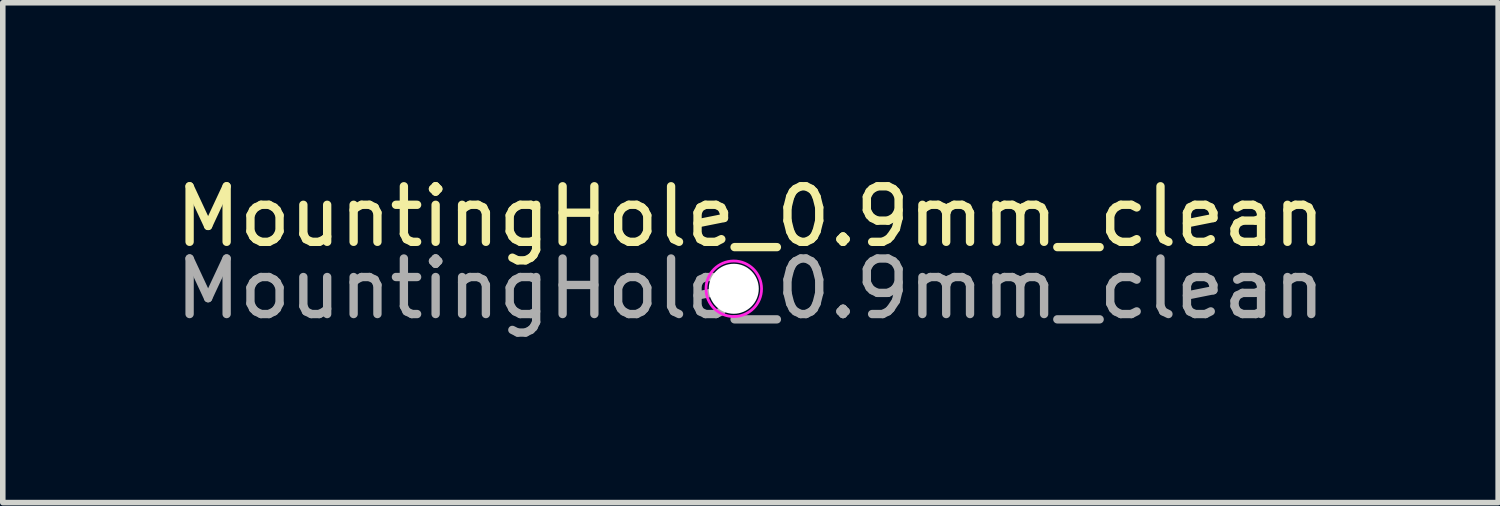
<source format=kicad_pcb>
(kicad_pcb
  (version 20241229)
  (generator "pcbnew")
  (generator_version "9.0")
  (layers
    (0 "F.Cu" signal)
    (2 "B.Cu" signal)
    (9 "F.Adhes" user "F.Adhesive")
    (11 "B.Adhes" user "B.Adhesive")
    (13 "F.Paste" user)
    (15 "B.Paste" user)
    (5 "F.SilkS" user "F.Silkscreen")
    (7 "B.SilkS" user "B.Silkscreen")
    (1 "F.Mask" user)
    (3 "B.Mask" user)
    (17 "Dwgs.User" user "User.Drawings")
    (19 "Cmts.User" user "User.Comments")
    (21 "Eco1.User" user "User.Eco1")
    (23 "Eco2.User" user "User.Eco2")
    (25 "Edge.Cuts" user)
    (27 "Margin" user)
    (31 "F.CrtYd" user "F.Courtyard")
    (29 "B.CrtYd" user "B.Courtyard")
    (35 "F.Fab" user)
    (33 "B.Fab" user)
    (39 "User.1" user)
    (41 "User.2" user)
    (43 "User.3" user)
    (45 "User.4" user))
  (footprint "MountingHole_0.9mm_clean"
    (layer "F.Cu")
    (at 10.158 2.148)
    (property "Reference" "MountingHole_0.9mm_clean" (at 0.3 -1.3 0) (layer "F.SilkS") (effects (font (size 1 1) (thickness 0.15))))
    (attr exclude_from_pos_files exclude_from_bom)
    (fp_circle (center 0 0) (end 0.5 0) (stroke (width 0.05) (type solid)) (fill no) (layer "F.CrtYd"))
    (fp_text user "${REFERENCE}" (at 0.3 0 0) (layer "F.Fab") (effects (font (size 1 1) (thickness 0.15))))
    (pad "" np_thru_hole circle (at 0 0) (size 0.9 0.9) (drill 0.9) (layers "*.Cu" "*.Mask")))
  (gr_rect
    (start -3 -3)
    (end 23.917 5.997)
    (stroke (width 0.1) (type default))
    (fill no)
    (layer "Edge.Cuts")))
</source>
